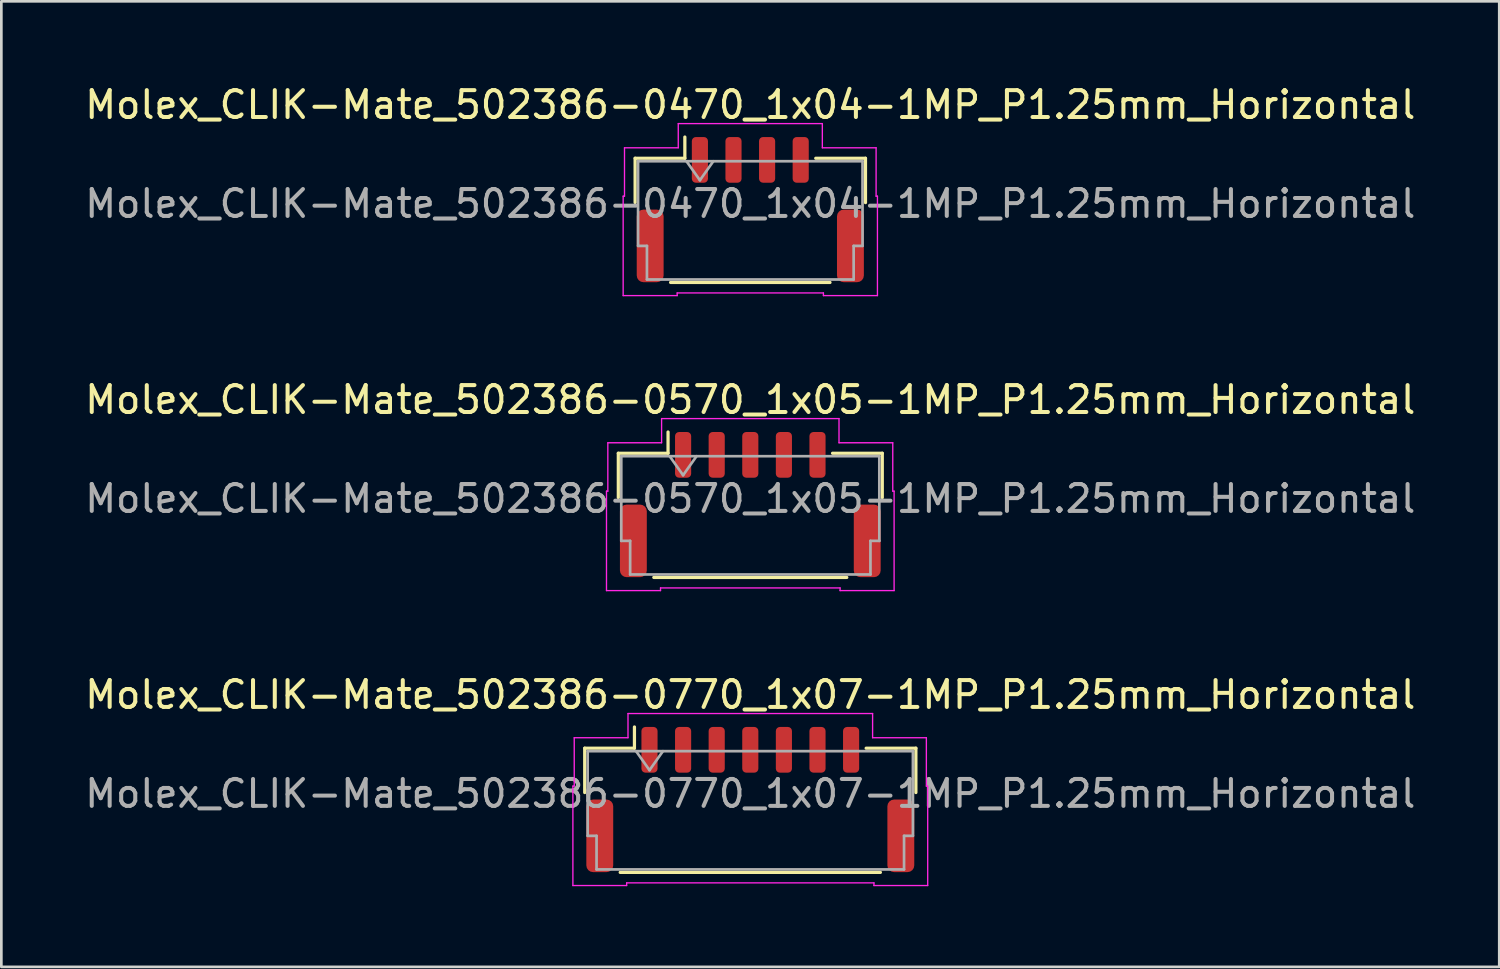
<source format=kicad_pcb>
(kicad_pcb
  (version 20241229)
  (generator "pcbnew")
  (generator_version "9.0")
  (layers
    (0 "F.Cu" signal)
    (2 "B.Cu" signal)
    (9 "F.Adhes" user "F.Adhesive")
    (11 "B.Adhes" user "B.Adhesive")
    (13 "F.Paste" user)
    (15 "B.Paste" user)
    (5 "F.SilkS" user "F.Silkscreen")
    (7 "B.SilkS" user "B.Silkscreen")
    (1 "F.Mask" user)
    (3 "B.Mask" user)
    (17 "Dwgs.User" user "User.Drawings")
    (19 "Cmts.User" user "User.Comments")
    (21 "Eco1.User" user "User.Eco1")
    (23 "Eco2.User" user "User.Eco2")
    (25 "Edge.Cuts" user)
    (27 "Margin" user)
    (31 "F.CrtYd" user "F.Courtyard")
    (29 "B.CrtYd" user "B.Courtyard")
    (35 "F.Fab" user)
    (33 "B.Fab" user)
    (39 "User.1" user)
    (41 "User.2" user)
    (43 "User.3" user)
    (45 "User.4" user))
  (footprint "Molex_CLIK-Mate_502386-0470_1x04-1MP_P1.25mm_Horizontal"
    (layer "F.Cu")
    (at 24.863 4.748)
    (property "Reference" "Molex_CLIK-Mate_502386-0470_1x04-1MP_P1.25mm_Horizontal" (at 0 -3.9 0) (layer "F.SilkS") (effects (font (size 1 1) (thickness 0.15))))
    (attr smd)
    (fp_line (start -4.285 -1.91) (end -2.435 -1.91) (stroke (width 0.12) (type solid)) (layer "F.SilkS"))
    (fp_line (start -4.285 -0.26) (end -4.285 -1.91) (stroke (width 0.12) (type solid)) (layer "F.SilkS"))
    (fp_line (start -2.965 2.71) (end 2.965 2.71) (stroke (width 0.12) (type solid)) (layer "F.SilkS"))
    (fp_line (start -2.435 -1.91) (end -2.435 -2.7) (stroke (width 0.12) (type solid)) (layer "F.SilkS"))
    (fp_line (start 4.285 -1.91) (end 2.435 -1.91) (stroke (width 0.12) (type solid)) (layer "F.SilkS"))
    (fp_line (start 4.285 -0.26) (end 4.285 -1.91) (stroke (width 0.12) (type solid)) (layer "F.SilkS"))
    (fp_line (start -4.73 -0.5) (end -4.68 -0.5) (stroke (width 0.05) (type solid)) (layer "F.CrtYd"))
    (fp_line (start -4.73 3.2) (end -4.73 -0.5) (stroke (width 0.05) (type solid)) (layer "F.CrtYd"))
    (fp_line (start -4.68 -2.3) (end -2.68 -2.3) (stroke (width 0.05) (type solid)) (layer "F.CrtYd"))
    (fp_line (start -4.68 -0.5) (end -4.68 -2.3) (stroke (width 0.05) (type solid)) (layer "F.CrtYd"))
    (fp_line (start -2.72 3.1) (end -2.72 3.2) (stroke (width 0.05) (type solid)) (layer "F.CrtYd"))
    (fp_line (start -2.72 3.2) (end -4.73 3.2) (stroke (width 0.05) (type solid)) (layer "F.CrtYd"))
    (fp_line (start -2.68 -3.2) (end 2.68 -3.2) (stroke (width 0.05) (type solid)) (layer "F.CrtYd"))
    (fp_line (start -2.68 -2.3) (end -2.68 -3.2) (stroke (width 0.05) (type solid)) (layer "F.CrtYd"))
    (fp_line (start 2.68 -3.2) (end 2.68 -2.3) (stroke (width 0.05) (type solid)) (layer "F.CrtYd"))
    (fp_line (start 2.68 -2.3) (end 4.68 -2.3) (stroke (width 0.05) (type solid)) (layer "F.CrtYd"))
    (fp_line (start 2.72 3.1) (end -2.72 3.1) (stroke (width 0.05) (type solid)) (layer "F.CrtYd"))
    (fp_line (start 2.72 3.2) (end 2.72 3.1) (stroke (width 0.05) (type solid)) (layer "F.CrtYd"))
    (fp_line (start 4.68 -2.3) (end 4.68 -0.5) (stroke (width 0.05) (type solid)) (layer "F.CrtYd"))
    (fp_line (start 4.68 -0.5) (end 4.73 -0.5) (stroke (width 0.05) (type solid)) (layer "F.CrtYd"))
    (fp_line (start 4.73 -0.5) (end 4.73 3.2) (stroke (width 0.05) (type solid)) (layer "F.CrtYd"))
    (fp_line (start 4.73 3.2) (end 2.72 3.2) (stroke (width 0.05) (type solid)) (layer "F.CrtYd"))
    (fp_line (start -4.175 -1.8) (end -4.175 1.35) (stroke (width 0.1) (type solid)) (layer "F.Fab"))
    (fp_line (start -4.175 -1.8) (end 4.175 -1.8) (stroke (width 0.1) (type solid)) (layer "F.Fab"))
    (fp_line (start -4.175 1.35) (end -3.845 1.35) (stroke (width 0.1) (type solid)) (layer "F.Fab"))
    (fp_line (start -3.845 1.35) (end -3.845 2.6) (stroke (width 0.1) (type solid)) (layer "F.Fab"))
    (fp_line (start -3.845 2.6) (end 3.845 2.6) (stroke (width 0.1) (type solid)) (layer "F.Fab"))
    (fp_line (start -2.375 -1.8) (end -1.875 -1.093) (stroke (width 0.1) (type solid)) (layer "F.Fab"))
    (fp_line (start -1.875 -1.093) (end -1.375 -1.8) (stroke (width 0.1) (type solid)) (layer "F.Fab"))
    (fp_line (start 3.845 1.35) (end 4.175 1.35) (stroke (width 0.1) (type solid)) (layer "F.Fab"))
    (fp_line (start 3.845 2.6) (end 3.845 1.35) (stroke (width 0.1) (type solid)) (layer "F.Fab"))
    (fp_line (start 4.175 -1.8) (end 4.175 1.35) (stroke (width 0.1) (type solid)) (layer "F.Fab"))
    (fp_text user "${REFERENCE}" (at 0 -0.22 0) (layer "F.Fab") (effects (font (size 1 1) (thickness 0.15))))
    (pad "1" smd roundrect (at -1.875 -1.85) (size 0.6 1.7) (layers "F.Cu" "F.Mask" "F.Paste") (roundrect_rratio 0.25))
    (pad "2" smd roundrect (at -0.625 -1.85) (size 0.6 1.7) (layers "F.Cu" "F.Mask" "F.Paste") (roundrect_rratio 0.25))
    (pad "3" smd roundrect (at 0.625 -1.85) (size 0.6 1.7) (layers "F.Cu" "F.Mask" "F.Paste") (roundrect_rratio 0.25))
    (pad "4" smd roundrect (at 1.875 -1.85) (size 0.6 1.7) (layers "F.Cu" "F.Mask" "F.Paste") (roundrect_rratio 0.25))
    (pad "MP" smd roundrect (at -3.725 1.35) (size 1 2.7) (layers "F.Cu" "F.Mask" "F.Paste") (roundrect_rratio 0.25))
    (pad "MP" smd roundrect (at 3.725 1.35) (size 1 2.7) (layers "F.Cu" "F.Mask" "F.Paste") (roundrect_rratio 0.25)))
  (footprint "Molex_CLIK-Mate_502386-0770_1x07-1MP_P1.25mm_Horizontal"
    (layer "F.Cu")
    (at 24.863 26.695)
    (property "Reference" "Molex_CLIK-Mate_502386-0770_1x07-1MP_P1.25mm_Horizontal" (at 0 -3.9 0) (layer "F.SilkS") (effects (font (size 1 1) (thickness 0.15))))
    (attr smd)
    (fp_line (start -6.16 -1.91) (end -4.31 -1.91) (stroke (width 0.12) (type solid)) (layer "F.SilkS"))
    (fp_line (start -6.16 -0.26) (end -6.16 -1.91) (stroke (width 0.12) (type solid)) (layer "F.SilkS"))
    (fp_line (start -4.84 2.71) (end 4.84 2.71) (stroke (width 0.12) (type solid)) (layer "F.SilkS"))
    (fp_line (start -4.31 -1.91) (end -4.31 -2.7) (stroke (width 0.12) (type solid)) (layer "F.SilkS"))
    (fp_line (start 6.16 -1.91) (end 4.31 -1.91) (stroke (width 0.12) (type solid)) (layer "F.SilkS"))
    (fp_line (start 6.16 -0.26) (end 6.16 -1.91) (stroke (width 0.12) (type solid)) (layer "F.SilkS"))
    (fp_line (start -6.6 -0.5) (end -6.55 -0.5) (stroke (width 0.05) (type solid)) (layer "F.CrtYd"))
    (fp_line (start -6.6 3.2) (end -6.6 -0.5) (stroke (width 0.05) (type solid)) (layer "F.CrtYd"))
    (fp_line (start -6.55 -2.3) (end -4.55 -2.3) (stroke (width 0.05) (type solid)) (layer "F.CrtYd"))
    (fp_line (start -6.55 -0.5) (end -6.55 -2.3) (stroke (width 0.05) (type solid)) (layer "F.CrtYd"))
    (fp_line (start -4.6 3.1) (end -4.6 3.2) (stroke (width 0.05) (type solid)) (layer "F.CrtYd"))
    (fp_line (start -4.6 3.2) (end -6.6 3.2) (stroke (width 0.05) (type solid)) (layer "F.CrtYd"))
    (fp_line (start -4.55 -3.2) (end 4.55 -3.2) (stroke (width 0.05) (type solid)) (layer "F.CrtYd"))
    (fp_line (start -4.55 -2.3) (end -4.55 -3.2) (stroke (width 0.05) (type solid)) (layer "F.CrtYd"))
    (fp_line (start 4.55 -3.2) (end 4.55 -2.3) (stroke (width 0.05) (type solid)) (layer "F.CrtYd"))
    (fp_line (start 4.55 -2.3) (end 6.55 -2.3) (stroke (width 0.05) (type solid)) (layer "F.CrtYd"))
    (fp_line (start 4.6 3.1) (end -4.6 3.1) (stroke (width 0.05) (type solid)) (layer "F.CrtYd"))
    (fp_line (start 4.6 3.2) (end 4.6 3.1) (stroke (width 0.05) (type solid)) (layer "F.CrtYd"))
    (fp_line (start 6.55 -2.3) (end 6.55 -0.5) (stroke (width 0.05) (type solid)) (layer "F.CrtYd"))
    (fp_line (start 6.55 -0.5) (end 6.6 -0.5) (stroke (width 0.05) (type solid)) (layer "F.CrtYd"))
    (fp_line (start 6.6 -0.5) (end 6.6 3.2) (stroke (width 0.05) (type solid)) (layer "F.CrtYd"))
    (fp_line (start 6.6 3.2) (end 4.6 3.2) (stroke (width 0.05) (type solid)) (layer "F.CrtYd"))
    (fp_line (start -6.05 -1.8) (end -6.05 1.35) (stroke (width 0.1) (type solid)) (layer "F.Fab"))
    (fp_line (start -6.05 -1.8) (end 6.05 -1.8) (stroke (width 0.1) (type solid)) (layer "F.Fab"))
    (fp_line (start -6.05 1.35) (end -5.72 1.35) (stroke (width 0.1) (type solid)) (layer "F.Fab"))
    (fp_line (start -5.72 1.35) (end -5.72 2.6) (stroke (width 0.1) (type solid)) (layer "F.Fab"))
    (fp_line (start -5.72 2.6) (end 5.72 2.6) (stroke (width 0.1) (type solid)) (layer "F.Fab"))
    (fp_line (start -4.25 -1.8) (end -3.75 -1.093) (stroke (width 0.1) (type solid)) (layer "F.Fab"))
    (fp_line (start -3.75 -1.093) (end -3.25 -1.8) (stroke (width 0.1) (type solid)) (layer "F.Fab"))
    (fp_line (start 5.72 1.35) (end 6.05 1.35) (stroke (width 0.1) (type solid)) (layer "F.Fab"))
    (fp_line (start 5.72 2.6) (end 5.72 1.35) (stroke (width 0.1) (type solid)) (layer "F.Fab"))
    (fp_line (start 6.05 -1.8) (end 6.05 1.35) (stroke (width 0.1) (type solid)) (layer "F.Fab"))
    (fp_text user "${REFERENCE}" (at 0 -0.22 0) (layer "F.Fab") (effects (font (size 1 1) (thickness 0.15))))
    (pad "1" smd roundrect (at -3.75 -1.85) (size 0.6 1.7) (layers "F.Cu" "F.Mask" "F.Paste") (roundrect_rratio 0.25))
    (pad "2" smd roundrect (at -2.5 -1.85) (size 0.6 1.7) (layers "F.Cu" "F.Mask" "F.Paste") (roundrect_rratio 0.25))
    (pad "3" smd roundrect (at -1.25 -1.85) (size 0.6 1.7) (layers "F.Cu" "F.Mask" "F.Paste") (roundrect_rratio 0.25))
    (pad "4" smd roundrect (at 0 -1.85) (size 0.6 1.7) (layers "F.Cu" "F.Mask" "F.Paste") (roundrect_rratio 0.25))
    (pad "5" smd roundrect (at 1.25 -1.85) (size 0.6 1.7) (layers "F.Cu" "F.Mask" "F.Paste") (roundrect_rratio 0.25))
    (pad "6" smd roundrect (at 2.5 -1.85) (size 0.6 1.7) (layers "F.Cu" "F.Mask" "F.Paste") (roundrect_rratio 0.25))
    (pad "7" smd roundrect (at 3.75 -1.85) (size 0.6 1.7) (layers "F.Cu" "F.Mask" "F.Paste") (roundrect_rratio 0.25))
    (pad "MP" smd roundrect (at -5.6 1.35) (size 1 2.7) (layers "F.Cu" "F.Mask" "F.Paste") (roundrect_rratio 0.25))
    (pad "MP" smd roundrect (at 5.6 1.35) (size 1 2.7) (layers "F.Cu" "F.Mask" "F.Paste") (roundrect_rratio 0.25)))
  (footprint "Molex_CLIK-Mate_502386-0570_1x05-1MP_P1.25mm_Horizontal"
    (layer "F.Cu")
    (at 24.863 15.722)
    (property "Reference" "Molex_CLIK-Mate_502386-0570_1x05-1MP_P1.25mm_Horizontal" (at 0 -3.9 0) (layer "F.SilkS") (effects (font (size 1 1) (thickness 0.15))))
    (attr smd)
    (fp_line (start -4.91 -1.91) (end -3.06 -1.91) (stroke (width 0.12) (type solid)) (layer "F.SilkS"))
    (fp_line (start -4.91 -0.26) (end -4.91 -1.91) (stroke (width 0.12) (type solid)) (layer "F.SilkS"))
    (fp_line (start -3.59 2.71) (end 3.59 2.71) (stroke (width 0.12) (type solid)) (layer "F.SilkS"))
    (fp_line (start -3.06 -1.91) (end -3.06 -2.7) (stroke (width 0.12) (type solid)) (layer "F.SilkS"))
    (fp_line (start 4.91 -1.91) (end 3.06 -1.91) (stroke (width 0.12) (type solid)) (layer "F.SilkS"))
    (fp_line (start 4.91 -0.26) (end 4.91 -1.91) (stroke (width 0.12) (type solid)) (layer "F.SilkS"))
    (fp_line (start -5.35 -0.5) (end -5.3 -0.5) (stroke (width 0.05) (type solid)) (layer "F.CrtYd"))
    (fp_line (start -5.35 3.2) (end -5.35 -0.5) (stroke (width 0.05) (type solid)) (layer "F.CrtYd"))
    (fp_line (start -5.3 -2.3) (end -3.3 -2.3) (stroke (width 0.05) (type solid)) (layer "F.CrtYd"))
    (fp_line (start -5.3 -0.5) (end -5.3 -2.3) (stroke (width 0.05) (type solid)) (layer "F.CrtYd"))
    (fp_line (start -3.34 3.1) (end -3.34 3.2) (stroke (width 0.05) (type solid)) (layer "F.CrtYd"))
    (fp_line (start -3.34 3.2) (end -5.35 3.2) (stroke (width 0.05) (type solid)) (layer "F.CrtYd"))
    (fp_line (start -3.3 -3.2) (end 3.3 -3.2) (stroke (width 0.05) (type solid)) (layer "F.CrtYd"))
    (fp_line (start -3.3 -2.3) (end -3.3 -3.2) (stroke (width 0.05) (type solid)) (layer "F.CrtYd"))
    (fp_line (start 3.3 -3.2) (end 3.3 -2.3) (stroke (width 0.05) (type solid)) (layer "F.CrtYd"))
    (fp_line (start 3.3 -2.3) (end 5.3 -2.3) (stroke (width 0.05) (type solid)) (layer "F.CrtYd"))
    (fp_line (start 3.34 3.1) (end -3.34 3.1) (stroke (width 0.05) (type solid)) (layer "F.CrtYd"))
    (fp_line (start 3.34 3.2) (end 3.34 3.1) (stroke (width 0.05) (type solid)) (layer "F.CrtYd"))
    (fp_line (start 5.3 -2.3) (end 5.3 -0.5) (stroke (width 0.05) (type solid)) (layer "F.CrtYd"))
    (fp_line (start 5.3 -0.5) (end 5.35 -0.5) (stroke (width 0.05) (type solid)) (layer "F.CrtYd"))
    (fp_line (start 5.35 -0.5) (end 5.35 3.2) (stroke (width 0.05) (type solid)) (layer "F.CrtYd"))
    (fp_line (start 5.35 3.2) (end 3.34 3.2) (stroke (width 0.05) (type solid)) (layer "F.CrtYd"))
    (fp_line (start -4.8 -1.8) (end -4.8 1.35) (stroke (width 0.1) (type solid)) (layer "F.Fab"))
    (fp_line (start -4.8 -1.8) (end 4.8 -1.8) (stroke (width 0.1) (type solid)) (layer "F.Fab"))
    (fp_line (start -4.8 1.35) (end -4.47 1.35) (stroke (width 0.1) (type solid)) (layer "F.Fab"))
    (fp_line (start -4.47 1.35) (end -4.47 2.6) (stroke (width 0.1) (type solid)) (layer "F.Fab"))
    (fp_line (start -4.47 2.6) (end 4.47 2.6) (stroke (width 0.1) (type solid)) (layer "F.Fab"))
    (fp_line (start -3 -1.8) (end -2.5 -1.093) (stroke (width 0.1) (type solid)) (layer "F.Fab"))
    (fp_line (start -2.5 -1.093) (end -2 -1.8) (stroke (width 0.1) (type solid)) (layer "F.Fab"))
    (fp_line (start 4.47 1.35) (end 4.8 1.35) (stroke (width 0.1) (type solid)) (layer "F.Fab"))
    (fp_line (start 4.47 2.6) (end 4.47 1.35) (stroke (width 0.1) (type solid)) (layer "F.Fab"))
    (fp_line (start 4.8 -1.8) (end 4.8 1.35) (stroke (width 0.1) (type solid)) (layer "F.Fab"))
    (fp_text user "${REFERENCE}" (at 0 -0.22 0) (layer "F.Fab") (effects (font (size 1 1) (thickness 0.15))))
    (pad "1" smd roundrect (at -2.5 -1.85) (size 0.6 1.7) (layers "F.Cu" "F.Mask" "F.Paste") (roundrect_rratio 0.25))
    (pad "2" smd roundrect (at -1.25 -1.85) (size 0.6 1.7) (layers "F.Cu" "F.Mask" "F.Paste") (roundrect_rratio 0.25))
    (pad "3" smd roundrect (at 0 -1.85) (size 0.6 1.7) (layers "F.Cu" "F.Mask" "F.Paste") (roundrect_rratio 0.25))
    (pad "4" smd roundrect (at 1.25 -1.85) (size 0.6 1.7) (layers "F.Cu" "F.Mask" "F.Paste") (roundrect_rratio 0.25))
    (pad "5" smd roundrect (at 2.5 -1.85) (size 0.6 1.7) (layers "F.Cu" "F.Mask" "F.Paste") (roundrect_rratio 0.25))
    (pad "MP" smd roundrect (at -4.35 1.35) (size 1 2.7) (layers "F.Cu" "F.Mask" "F.Paste") (roundrect_rratio 0.25))
    (pad "MP" smd roundrect (at 4.35 1.35) (size 1 2.7) (layers "F.Cu" "F.Mask" "F.Paste") (roundrect_rratio 0.25)))
  (gr_rect
    (start -3 -3)
    (end 52.726 32.92)
    (stroke (width 0.1) (type default))
    (fill no)
    (layer "Edge.Cuts")))
</source>
